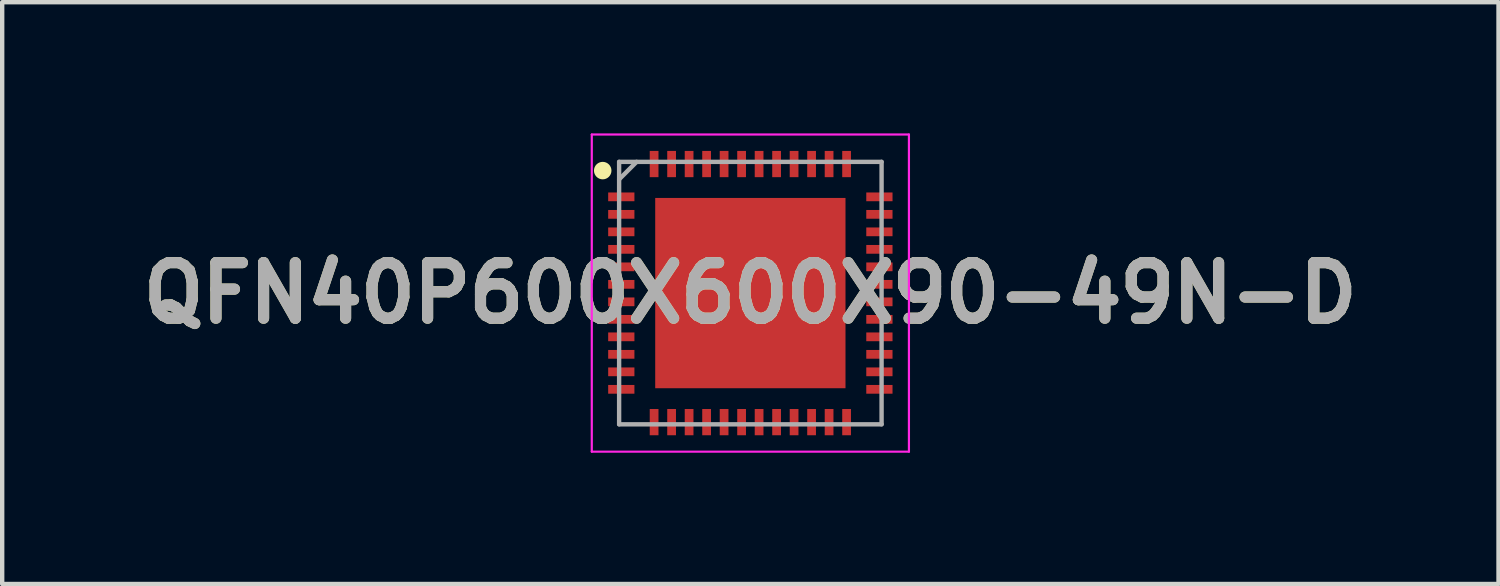
<source format=kicad_pcb>
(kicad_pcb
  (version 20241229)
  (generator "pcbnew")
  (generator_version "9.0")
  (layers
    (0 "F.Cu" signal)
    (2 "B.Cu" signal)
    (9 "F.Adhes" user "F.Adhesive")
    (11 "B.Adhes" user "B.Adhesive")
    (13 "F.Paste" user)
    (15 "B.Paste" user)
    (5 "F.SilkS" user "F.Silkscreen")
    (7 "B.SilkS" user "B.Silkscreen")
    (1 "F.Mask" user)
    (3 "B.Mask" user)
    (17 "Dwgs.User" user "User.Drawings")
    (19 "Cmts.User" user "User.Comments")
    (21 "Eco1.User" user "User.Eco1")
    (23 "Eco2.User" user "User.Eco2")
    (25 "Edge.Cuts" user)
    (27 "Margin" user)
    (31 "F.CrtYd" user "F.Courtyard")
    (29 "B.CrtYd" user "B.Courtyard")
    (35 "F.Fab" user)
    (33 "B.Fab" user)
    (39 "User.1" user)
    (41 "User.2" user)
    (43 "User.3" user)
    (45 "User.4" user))
  (footprint "QFN40P600X600X90-49N-D"
    (layer "F.Cu")
    (at 14.103 3.65)
    (property "Reference" "QFN40P600X600X90-49N-D" (at 0 0 0) (layer "F.SilkS") (effects (font (size 1.27 1.27) (thickness 0.254))))
    (attr smd)
    (fp_circle (center -3.375 -2.8) (end -3.375 -2.7) (stroke (width 0.2) (type solid)) (fill no) (layer "F.SilkS"))
    (fp_line (start -3.625 -3.625) (end 3.625 -3.625) (stroke (width 0.05) (type solid)) (layer "F.CrtYd"))
    (fp_line (start -3.625 3.625) (end -3.625 -3.625) (stroke (width 0.05) (type solid)) (layer "F.CrtYd"))
    (fp_line (start 3.625 -3.625) (end 3.625 3.625) (stroke (width 0.05) (type solid)) (layer "F.CrtYd"))
    (fp_line (start 3.625 3.625) (end -3.625 3.625) (stroke (width 0.05) (type solid)) (layer "F.CrtYd"))
    (fp_line (start -3 -3) (end 3 -3) (stroke (width 0.1) (type solid)) (layer "F.Fab"))
    (fp_line (start -3 -2.6) (end -2.6 -3) (stroke (width 0.1) (type solid)) (layer "F.Fab"))
    (fp_line (start -3 3) (end -3 -3) (stroke (width 0.1) (type solid)) (layer "F.Fab"))
    (fp_line (start 3 -3) (end 3 3) (stroke (width 0.1) (type solid)) (layer "F.Fab"))
    (fp_line (start 3 3) (end -3 3) (stroke (width 0.1) (type solid)) (layer "F.Fab"))
    (fp_text user "${REFERENCE}" (at 0 0 0) (layer "F.Fab") (effects (font (size 1.27 1.27) (thickness 0.254))))
    (pad "1" smd rect (at -2.95 -2.2 90) (size 0.2 0.6) (layers "F.Cu" "F.Mask" "F.Paste"))
    (pad "2" smd rect (at -2.95 -1.8 90) (size 0.2 0.6) (layers "F.Cu" "F.Mask" "F.Paste"))
    (pad "3" smd rect (at -2.95 -1.4 90) (size 0.2 0.6) (layers "F.Cu" "F.Mask" "F.Paste"))
    (pad "4" smd rect (at -2.95 -1 90) (size 0.2 0.6) (layers "F.Cu" "F.Mask" "F.Paste"))
    (pad "5" smd rect (at -2.95 -0.6 90) (size 0.2 0.6) (layers "F.Cu" "F.Mask" "F.Paste"))
    (pad "6" smd rect (at -2.95 -0.2 90) (size 0.2 0.6) (layers "F.Cu" "F.Mask" "F.Paste"))
    (pad "7" smd rect (at -2.95 0.2 90) (size 0.2 0.6) (layers "F.Cu" "F.Mask" "F.Paste"))
    (pad "8" smd rect (at -2.95 0.6 90) (size 0.2 0.6) (layers "F.Cu" "F.Mask" "F.Paste"))
    (pad "9" smd rect (at -2.95 1 90) (size 0.2 0.6) (layers "F.Cu" "F.Mask" "F.Paste"))
    (pad "10" smd rect (at -2.95 1.4 90) (size 0.2 0.6) (layers "F.Cu" "F.Mask" "F.Paste"))
    (pad "11" smd rect (at -2.95 1.8 90) (size 0.2 0.6) (layers "F.Cu" "F.Mask" "F.Paste"))
    (pad "12" smd rect (at -2.95 2.2 90) (size 0.2 0.6) (layers "F.Cu" "F.Mask" "F.Paste"))
    (pad "13" smd rect (at -2.2 2.95) (size 0.2 0.6) (layers "F.Cu" "F.Mask" "F.Paste"))
    (pad "14" smd rect (at -1.8 2.95) (size 0.2 0.6) (layers "F.Cu" "F.Mask" "F.Paste"))
    (pad "15" smd rect (at -1.4 2.95) (size 0.2 0.6) (layers "F.Cu" "F.Mask" "F.Paste"))
    (pad "16" smd rect (at -1 2.95) (size 0.2 0.6) (layers "F.Cu" "F.Mask" "F.Paste"))
    (pad "17" smd rect (at -0.6 2.95) (size 0.2 0.6) (layers "F.Cu" "F.Mask" "F.Paste"))
    (pad "18" smd rect (at -0.2 2.95) (size 0.2 0.6) (layers "F.Cu" "F.Mask" "F.Paste"))
    (pad "19" smd rect (at 0.2 2.95) (size 0.2 0.6) (layers "F.Cu" "F.Mask" "F.Paste"))
    (pad "20" smd rect (at 0.6 2.95) (size 0.2 0.6) (layers "F.Cu" "F.Mask" "F.Paste"))
    (pad "21" smd rect (at 1 2.95) (size 0.2 0.6) (layers "F.Cu" "F.Mask" "F.Paste"))
    (pad "22" smd rect (at 1.4 2.95) (size 0.2 0.6) (layers "F.Cu" "F.Mask" "F.Paste"))
    (pad "23" smd rect (at 1.8 2.95) (size 0.2 0.6) (layers "F.Cu" "F.Mask" "F.Paste"))
    (pad "24" smd rect (at 2.2 2.95) (size 0.2 0.6) (layers "F.Cu" "F.Mask" "F.Paste"))
    (pad "25" smd rect (at 2.95 2.2 90) (size 0.2 0.6) (layers "F.Cu" "F.Mask" "F.Paste"))
    (pad "26" smd rect (at 2.95 1.8 90) (size 0.2 0.6) (layers "F.Cu" "F.Mask" "F.Paste"))
    (pad "27" smd rect (at 2.95 1.4 90) (size 0.2 0.6) (layers "F.Cu" "F.Mask" "F.Paste"))
    (pad "28" smd rect (at 2.95 1 90) (size 0.2 0.6) (layers "F.Cu" "F.Mask" "F.Paste"))
    (pad "29" smd rect (at 2.95 0.6 90) (size 0.2 0.6) (layers "F.Cu" "F.Mask" "F.Paste"))
    (pad "30" smd rect (at 2.95 0.2 90) (size 0.2 0.6) (layers "F.Cu" "F.Mask" "F.Paste"))
    (pad "31" smd rect (at 2.95 -0.2 90) (size 0.2 0.6) (layers "F.Cu" "F.Mask" "F.Paste"))
    (pad "32" smd rect (at 2.95 -0.6 90) (size 0.2 0.6) (layers "F.Cu" "F.Mask" "F.Paste"))
    (pad "33" smd rect (at 2.95 -1 90) (size 0.2 0.6) (layers "F.Cu" "F.Mask" "F.Paste"))
    (pad "34" smd rect (at 2.95 -1.4 90) (size 0.2 0.6) (layers "F.Cu" "F.Mask" "F.Paste"))
    (pad "35" smd rect (at 2.95 -1.8 90) (size 0.2 0.6) (layers "F.Cu" "F.Mask" "F.Paste"))
    (pad "36" smd rect (at 2.95 -2.2 90) (size 0.2 0.6) (layers "F.Cu" "F.Mask" "F.Paste"))
    (pad "37" smd rect (at 2.2 -2.95) (size 0.2 0.6) (layers "F.Cu" "F.Mask" "F.Paste"))
    (pad "38" smd rect (at 1.8 -2.95) (size 0.2 0.6) (layers "F.Cu" "F.Mask" "F.Paste"))
    (pad "39" smd rect (at 1.4 -2.95) (size 0.2 0.6) (layers "F.Cu" "F.Mask" "F.Paste"))
    (pad "40" smd rect (at 1 -2.95) (size 0.2 0.6) (layers "F.Cu" "F.Mask" "F.Paste"))
    (pad "41" smd rect (at 0.6 -2.95) (size 0.2 0.6) (layers "F.Cu" "F.Mask" "F.Paste"))
    (pad "42" smd rect (at 0.2 -2.95) (size 0.2 0.6) (layers "F.Cu" "F.Mask" "F.Paste"))
    (pad "43" smd rect (at -0.2 -2.95) (size 0.2 0.6) (layers "F.Cu" "F.Mask" "F.Paste"))
    (pad "44" smd rect (at -0.6 -2.95) (size 0.2 0.6) (layers "F.Cu" "F.Mask" "F.Paste"))
    (pad "45" smd rect (at -1 -2.95) (size 0.2 0.6) (layers "F.Cu" "F.Mask" "F.Paste"))
    (pad "46" smd rect (at -1.4 -2.95) (size 0.2 0.6) (layers "F.Cu" "F.Mask" "F.Paste"))
    (pad "47" smd rect (at -1.8 -2.95) (size 0.2 0.6) (layers "F.Cu" "F.Mask" "F.Paste"))
    (pad "48" smd rect (at -2.2 -2.95) (size 0.2 0.6) (layers "F.Cu" "F.Mask" "F.Paste"))
    (pad "49" smd rect (at 0 0) (size 4.35 4.35) (layers "F.Cu" "F.Mask" "F.Paste")))
  (gr_rect
    (start -3 -3)
    (end 31.206 10.3)
    (stroke (width 0.1) (type default))
    (fill no)
    (layer "Edge.Cuts")))
</source>
